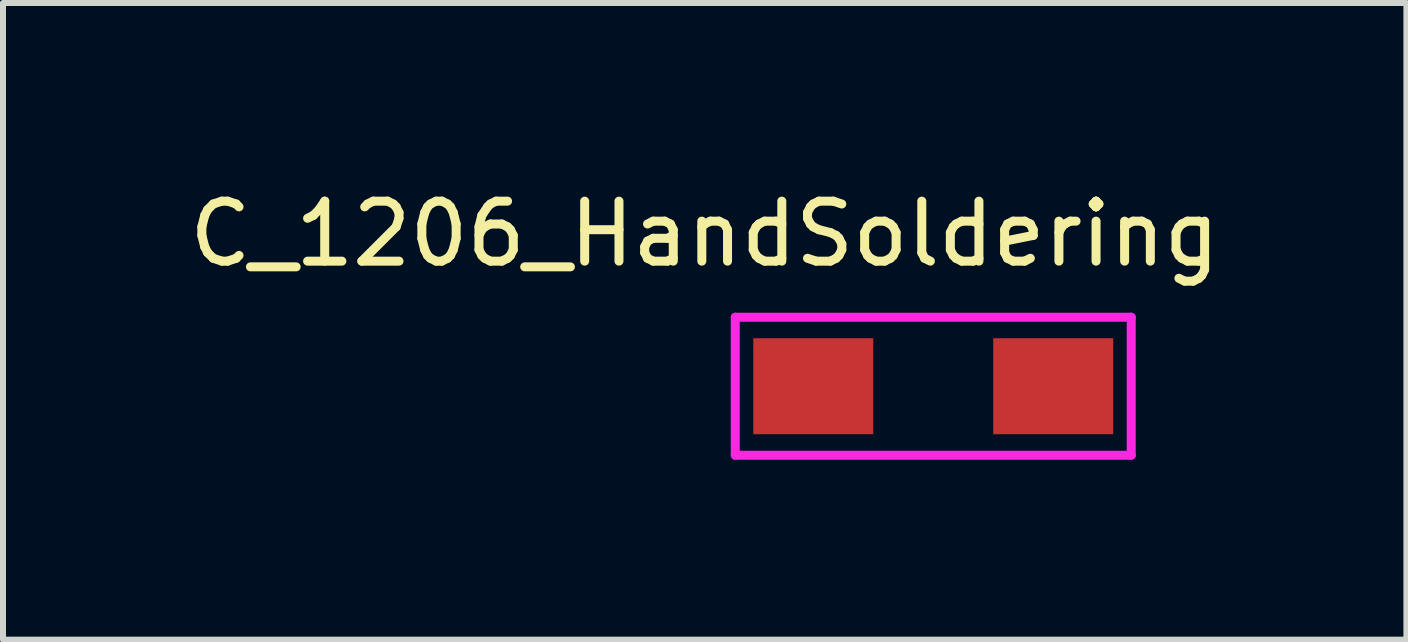
<source format=kicad_pcb>
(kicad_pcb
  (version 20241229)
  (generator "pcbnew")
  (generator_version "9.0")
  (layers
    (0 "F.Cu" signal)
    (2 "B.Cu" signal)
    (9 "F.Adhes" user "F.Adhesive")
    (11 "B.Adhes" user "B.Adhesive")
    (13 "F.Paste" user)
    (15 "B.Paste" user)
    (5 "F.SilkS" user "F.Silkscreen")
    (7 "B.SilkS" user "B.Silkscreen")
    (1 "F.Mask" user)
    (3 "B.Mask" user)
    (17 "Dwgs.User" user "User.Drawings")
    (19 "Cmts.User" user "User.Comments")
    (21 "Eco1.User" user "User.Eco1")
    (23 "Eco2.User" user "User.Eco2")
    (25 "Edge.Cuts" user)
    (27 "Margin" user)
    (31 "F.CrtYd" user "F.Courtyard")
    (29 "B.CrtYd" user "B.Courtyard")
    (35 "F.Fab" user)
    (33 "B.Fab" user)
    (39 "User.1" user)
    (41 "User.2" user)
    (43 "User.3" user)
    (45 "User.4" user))
  (footprint "C_1206_HandSoldering"
    (layer "F.Cu")
    (at 12.506 3.388)
    (property "Reference" "C_1206_HandSoldering" (at -3.81 -2.54 0) (layer "F.SilkS") (effects (font (size 1 1) (thickness 0.15))))
    (attr through_hole)
    (fp_line (start -3.3 -1.15) (end -3.3 1.15) (stroke (width 0.15) (type solid)) (layer "F.CrtYd"))
    (fp_line (start -3.3 -1.15) (end 3.3 -1.15) (stroke (width 0.15) (type solid)) (layer "F.CrtYd"))
    (fp_line (start -3.3 1.15) (end 3.3 1.15) (stroke (width 0.15) (type solid)) (layer "F.CrtYd"))
    (fp_line (start 3.3 -1.15) (end 3.3 1.15) (stroke (width 0.15) (type solid)) (layer "F.CrtYd"))
    (pad "1" smd rect (at -2 0) (size 2 1.6) (layers "F.Cu" "F.Mask" "F.Paste"))
    (pad "2" smd rect (at 2 0) (size 2 1.6) (layers "F.Cu" "F.Mask" "F.Paste")))
  (gr_rect
    (start -3 -3)
    (end 20.393 7.613)
    (stroke (width 0.1) (type default))
    (fill no)
    (layer "Edge.Cuts")))
</source>
